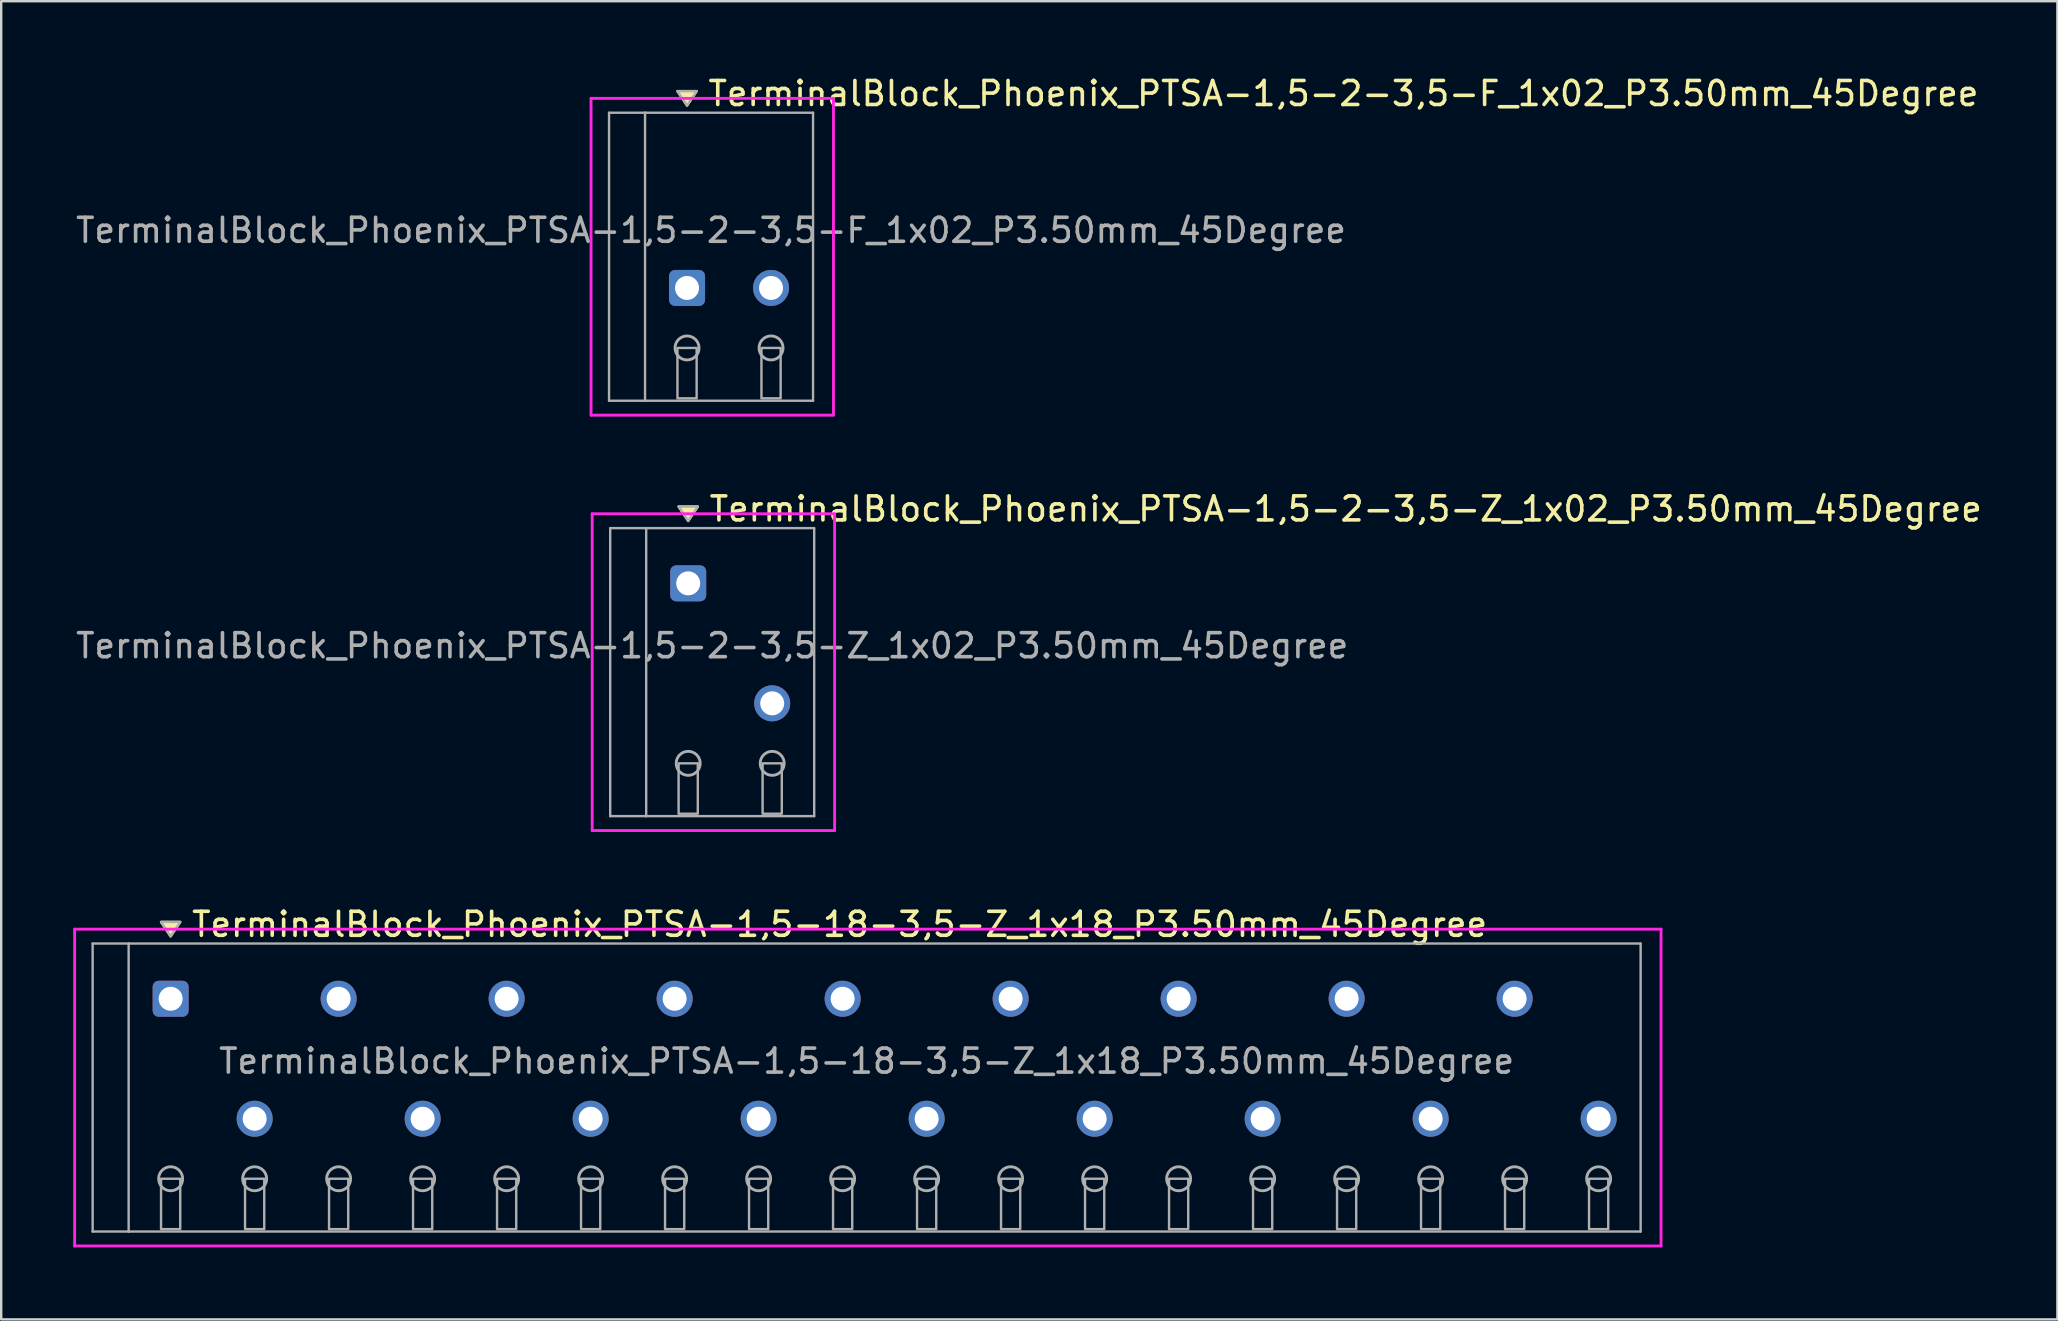
<source format=kicad_pcb>
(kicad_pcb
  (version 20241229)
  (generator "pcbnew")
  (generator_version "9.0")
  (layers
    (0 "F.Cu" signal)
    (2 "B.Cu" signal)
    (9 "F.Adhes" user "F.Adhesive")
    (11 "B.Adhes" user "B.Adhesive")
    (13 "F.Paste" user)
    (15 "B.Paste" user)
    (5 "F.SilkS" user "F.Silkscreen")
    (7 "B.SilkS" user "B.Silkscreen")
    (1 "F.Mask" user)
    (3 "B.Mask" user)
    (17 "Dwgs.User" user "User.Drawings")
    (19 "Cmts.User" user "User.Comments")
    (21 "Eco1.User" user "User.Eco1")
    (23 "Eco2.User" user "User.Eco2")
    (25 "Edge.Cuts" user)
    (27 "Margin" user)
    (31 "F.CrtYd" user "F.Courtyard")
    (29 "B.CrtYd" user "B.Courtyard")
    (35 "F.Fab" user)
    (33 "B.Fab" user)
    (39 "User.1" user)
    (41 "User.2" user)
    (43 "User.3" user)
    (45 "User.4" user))
  (footprint "TerminalBlock_Phoenix_PTSA-1,5-18-3,5-Z_1x18_P3.50mm_45Degree"
    (layer "F.Cu")
    (at 4.06 43.565)
    (property "Reference" "TerminalBlock_Phoenix_PTSA-1,5-18-3,5-Z_1x18_P3.50mm_45Degree" (at 0.8 -8.1 0) (layer "F.SilkS") (effects (font (size 1 1) (thickness 0.15)) (justify left)))
    (attr through_hole)
    (fp_poly (pts (xy 0 -7.6) (xy -0.4 -8.2) (xy 0.4 -8.2)) (stroke (width 0.1) (type solid)) (fill yes) (layer "F.SilkS"))
    (fp_line (start -4 -7.9) (end 62.1 -7.9) (stroke (width 0.12) (type solid)) (layer "F.CrtYd"))
    (fp_line (start -4 5.3) (end -4 -7.9) (stroke (width 0.12) (type solid)) (layer "F.CrtYd"))
    (fp_line (start 62.1 -7.9) (end 62.1 5.3) (stroke (width 0.12) (type solid)) (layer "F.CrtYd"))
    (fp_line (start 62.1 5.3) (end -4 5.3) (stroke (width 0.12) (type solid)) (layer "F.CrtYd"))
    (fp_line (start -3.25 -7.3) (end -1.75 -7.3) (stroke (width 0.1) (type solid)) (layer "F.Fab"))
    (fp_line (start -3.25 4.7) (end -3.25 -7.3) (stroke (width 0.1) (type solid)) (layer "F.Fab"))
    (fp_line (start -1.75 -7.3) (end -1.75 4.7) (stroke (width 0.1) (type solid)) (layer "F.Fab"))
    (fp_line (start -1.75 4.7) (end -3.25 4.7) (stroke (width 0.1) (type solid)) (layer "F.Fab"))
    (fp_line (start -1.75 4.7) (end 61.25 4.7) (stroke (width 0.1) (type solid)) (layer "F.Fab"))
    (fp_line (start 61.25 -7.3) (end -1.75 -7.3) (stroke (width 0.1) (type solid)) (layer "F.Fab"))
    (fp_line (start 61.25 4.7) (end 61.25 -7.3) (stroke (width 0.1) (type solid)) (layer "F.Fab"))
    (fp_circle (center 0 2.5) (end -0.5 2.5) (stroke (width 0.12) (type solid)) (fill no) (layer "F.Fab"))
    (fp_circle (center 3.5 2.5) (end 3 2.5) (stroke (width 0.12) (type solid)) (fill no) (layer "F.Fab"))
    (fp_circle (center 7 2.5) (end 6.5 2.5) (stroke (width 0.12) (type solid)) (fill no) (layer "F.Fab"))
    (fp_circle (center 10.5 2.5) (end 10 2.5) (stroke (width 0.12) (type solid)) (fill no) (layer "F.Fab"))
    (fp_circle (center 14 2.5) (end 13.5 2.5) (stroke (width 0.12) (type solid)) (fill no) (layer "F.Fab"))
    (fp_circle (center 17.5 2.5) (end 17 2.5) (stroke (width 0.12) (type solid)) (fill no) (layer "F.Fab"))
    (fp_circle (center 21 2.5) (end 20.5 2.5) (stroke (width 0.12) (type solid)) (fill no) (layer "F.Fab"))
    (fp_circle (center 24.5 2.5) (end 24 2.5) (stroke (width 0.12) (type solid)) (fill no) (layer "F.Fab"))
    (fp_circle (center 28 2.5) (end 27.5 2.5) (stroke (width 0.12) (type solid)) (fill no) (layer "F.Fab"))
    (fp_circle (center 31.5 2.5) (end 31 2.5) (stroke (width 0.12) (type solid)) (fill no) (layer "F.Fab"))
    (fp_circle (center 35 2.5) (end 34.5 2.5) (stroke (width 0.12) (type solid)) (fill no) (layer "F.Fab"))
    (fp_circle (center 38.5 2.5) (end 38 2.5) (stroke (width 0.12) (type solid)) (fill no) (layer "F.Fab"))
    (fp_circle (center 42 2.5) (end 41.5 2.5) (stroke (width 0.12) (type solid)) (fill no) (layer "F.Fab"))
    (fp_circle (center 45.5 2.5) (end 45 2.5) (stroke (width 0.12) (type solid)) (fill no) (layer "F.Fab"))
    (fp_circle (center 49 2.5) (end 48.5 2.5) (stroke (width 0.12) (type solid)) (fill no) (layer "F.Fab"))
    (fp_circle (center 52.5 2.5) (end 52 2.5) (stroke (width 0.12) (type solid)) (fill no) (layer "F.Fab"))
    (fp_circle (center 56 2.5) (end 55.5 2.5) (stroke (width 0.12) (type solid)) (fill no) (layer "F.Fab"))
    (fp_circle (center 59.5 2.5) (end 59 2.5) (stroke (width 0.12) (type solid)) (fill no) (layer "F.Fab"))
    (fp_poly (pts (xy 0 -7.6) (xy -0.4 -8.2) (xy 0.4 -8.2)) (stroke (width 0.1) (type solid)) (fill no) (layer "F.Fab"))
    (fp_poly (pts (xy -0.4 2.5) (xy -0.4 4.6) (xy 0.4 4.6) (xy 0.4 2.5)) (stroke (width 0.1) (type solid)) (fill no) (layer "F.Fab"))
    (fp_poly (pts (xy 3.1 2.5) (xy 3.1 4.6) (xy 3.9 4.6) (xy 3.9 2.5)) (stroke (width 0.1) (type solid)) (fill no) (layer "F.Fab"))
    (fp_poly (pts (xy 6.6 2.5) (xy 6.6 4.6) (xy 7.4 4.6) (xy 7.4 2.5)) (stroke (width 0.1) (type solid)) (fill no) (layer "F.Fab"))
    (fp_poly (pts (xy 10.1 2.5) (xy 10.1 4.6) (xy 10.9 4.6) (xy 10.9 2.5)) (stroke (width 0.1) (type solid)) (fill no) (layer "F.Fab"))
    (fp_poly (pts (xy 13.6 2.5) (xy 13.6 4.6) (xy 14.4 4.6) (xy 14.4 2.5)) (stroke (width 0.1) (type solid)) (fill no) (layer "F.Fab"))
    (fp_poly (pts (xy 17.1 2.5) (xy 17.1 4.6) (xy 17.9 4.6) (xy 17.9 2.5)) (stroke (width 0.1) (type solid)) (fill no) (layer "F.Fab"))
    (fp_poly (pts (xy 20.6 2.5) (xy 20.6 4.6) (xy 21.4 4.6) (xy 21.4 2.5)) (stroke (width 0.1) (type solid)) (fill no) (layer "F.Fab"))
    (fp_poly (pts (xy 24.1 2.5) (xy 24.1 4.6) (xy 24.9 4.6) (xy 24.9 2.5)) (stroke (width 0.1) (type solid)) (fill no) (layer "F.Fab"))
    (fp_poly (pts (xy 27.6 2.5) (xy 27.6 4.6) (xy 28.4 4.6) (xy 28.4 2.5)) (stroke (width 0.1) (type solid)) (fill no) (layer "F.Fab"))
    (fp_poly (pts (xy 31.1 2.5) (xy 31.1 4.6) (xy 31.9 4.6) (xy 31.9 2.5)) (stroke (width 0.1) (type solid)) (fill no) (layer "F.Fab"))
    (fp_poly (pts (xy 34.6 2.5) (xy 34.6 4.6) (xy 35.4 4.6) (xy 35.4 2.5)) (stroke (width 0.1) (type solid)) (fill no) (layer "F.Fab"))
    (fp_poly (pts (xy 38.1 2.5) (xy 38.1 4.6) (xy 38.9 4.6) (xy 38.9 2.5)) (stroke (width 0.1) (type solid)) (fill no) (layer "F.Fab"))
    (fp_poly (pts (xy 41.6 2.5) (xy 41.6 4.6) (xy 42.4 4.6) (xy 42.4 2.5)) (stroke (width 0.1) (type solid)) (fill no) (layer "F.Fab"))
    (fp_poly (pts (xy 45.1 2.5) (xy 45.1 4.6) (xy 45.9 4.6) (xy 45.9 2.5)) (stroke (width 0.1) (type solid)) (fill no) (layer "F.Fab"))
    (fp_poly (pts (xy 48.6 2.5) (xy 48.6 4.6) (xy 49.4 4.6) (xy 49.4 2.5)) (stroke (width 0.1) (type solid)) (fill no) (layer "F.Fab"))
    (fp_poly (pts (xy 52.1 2.5) (xy 52.1 4.6) (xy 52.9 4.6) (xy 52.9 2.5)) (stroke (width 0.1) (type solid)) (fill no) (layer "F.Fab"))
    (fp_poly (pts (xy 55.6 2.5) (xy 55.6 4.6) (xy 56.4 4.6) (xy 56.4 2.5)) (stroke (width 0.1) (type solid)) (fill no) (layer "F.Fab"))
    (fp_poly (pts (xy 59.1 2.5) (xy 59.1 4.6) (xy 59.9 4.6) (xy 59.9 2.5)) (stroke (width 0.1) (type solid)) (fill no) (layer "F.Fab"))
    (fp_text user "${REFERENCE}" (at 29 -2.4 0) (layer "F.Fab") (effects (font (size 1 1) (thickness 0.15))))
    (pad "1" thru_hole roundrect (at 0 -5) (size 1.5 1.5) (drill 1) (layers "*.Cu" "*.Mask") (roundrect_rratio 0.167))
    (pad "2" thru_hole oval (at 3.5 0) (size 1.5 1.5) (drill 1) (layers "*.Cu" "*.Mask"))
    (pad "3" thru_hole oval (at 7 -5) (size 1.5 1.5) (drill 1) (layers "*.Cu" "*.Mask"))
    (pad "4" thru_hole oval (at 10.5 0) (size 1.5 1.5) (drill 1) (layers "*.Cu" "*.Mask"))
    (pad "5" thru_hole oval (at 14 -5) (size 1.5 1.5) (drill 1) (layers "*.Cu" "*.Mask"))
    (pad "6" thru_hole oval (at 17.5 0) (size 1.5 1.5) (drill 1) (layers "*.Cu" "*.Mask"))
    (pad "7" thru_hole oval (at 21 -5) (size 1.5 1.5) (drill 1) (layers "*.Cu" "*.Mask"))
    (pad "8" thru_hole oval (at 24.5 0) (size 1.5 1.5) (drill 1) (layers "*.Cu" "*.Mask"))
    (pad "9" thru_hole oval (at 28 -5) (size 1.5 1.5) (drill 1) (layers "*.Cu" "*.Mask"))
    (pad "10" thru_hole oval (at 31.5 0) (size 1.5 1.5) (drill 1) (layers "*.Cu" "*.Mask"))
    (pad "11" thru_hole oval (at 35 -5) (size 1.5 1.5) (drill 1) (layers "*.Cu" "*.Mask"))
    (pad "12" thru_hole oval (at 38.5 0) (size 1.5 1.5) (drill 1) (layers "*.Cu" "*.Mask"))
    (pad "13" thru_hole oval (at 42 -5) (size 1.5 1.5) (drill 1) (layers "*.Cu" "*.Mask"))
    (pad "14" thru_hole oval (at 45.5 0) (size 1.5 1.5) (drill 1) (layers "*.Cu" "*.Mask"))
    (pad "15" thru_hole oval (at 49 -5) (size 1.5 1.5) (drill 1) (layers "*.Cu" "*.Mask"))
    (pad "16" thru_hole oval (at 52.5 0) (size 1.5 1.5) (drill 1) (layers "*.Cu" "*.Mask"))
    (pad "17" thru_hole oval (at 56 -5) (size 1.5 1.5) (drill 1) (layers "*.Cu" "*.Mask"))
    (pad "18" thru_hole oval (at 59.5 0) (size 1.5 1.5) (drill 1) (layers "*.Cu" "*.Mask")))
  (footprint "TerminalBlock_Phoenix_PTSA-1,5-2-3,5-F_1x02_P3.50mm_45Degree"
    (layer "F.Cu")
    (at 25.577 8.948)
    (property "Reference" "TerminalBlock_Phoenix_PTSA-1,5-2-3,5-F_1x02_P3.50mm_45Degree" (at 0.8 -8.1 0) (layer "F.SilkS") (effects (font (size 1 1) (thickness 0.15)) (justify left)))
    (attr through_hole)
    (fp_poly (pts (xy 0 -7.6) (xy -0.4 -8.2) (xy 0.4 -8.2)) (stroke (width 0.1) (type solid)) (fill yes) (layer "F.SilkS"))
    (fp_line (start -4 -7.9) (end 6.1 -7.9) (stroke (width 0.12) (type solid)) (layer "F.CrtYd"))
    (fp_line (start -4 5.3) (end -4 -7.9) (stroke (width 0.12) (type solid)) (layer "F.CrtYd"))
    (fp_line (start 6.1 -7.9) (end 6.1 5.3) (stroke (width 0.12) (type solid)) (layer "F.CrtYd"))
    (fp_line (start 6.1 5.3) (end -4 5.3) (stroke (width 0.12) (type solid)) (layer "F.CrtYd"))
    (fp_line (start -3.25 -7.3) (end -1.75 -7.3) (stroke (width 0.1) (type solid)) (layer "F.Fab"))
    (fp_line (start -3.25 4.7) (end -3.25 -7.3) (stroke (width 0.1) (type solid)) (layer "F.Fab"))
    (fp_line (start -1.75 -7.3) (end -1.75 4.7) (stroke (width 0.1) (type solid)) (layer "F.Fab"))
    (fp_line (start -1.75 4.7) (end -3.25 4.7) (stroke (width 0.1) (type solid)) (layer "F.Fab"))
    (fp_line (start -1.75 4.7) (end 5.25 4.7) (stroke (width 0.1) (type solid)) (layer "F.Fab"))
    (fp_line (start 5.25 -7.3) (end -1.75 -7.3) (stroke (width 0.1) (type solid)) (layer "F.Fab"))
    (fp_line (start 5.25 4.7) (end 5.25 -7.3) (stroke (width 0.1) (type solid)) (layer "F.Fab"))
    (fp_circle (center 0 2.5) (end -0.5 2.5) (stroke (width 0.12) (type solid)) (fill no) (layer "F.Fab"))
    (fp_circle (center 3.5 2.5) (end 3 2.5) (stroke (width 0.12) (type solid)) (fill no) (layer "F.Fab"))
    (fp_poly (pts (xy 0 -7.6) (xy -0.4 -8.2) (xy 0.4 -8.2)) (stroke (width 0.1) (type solid)) (fill no) (layer "F.Fab"))
    (fp_poly (pts (xy -0.4 2.5) (xy -0.4 4.6) (xy 0.4 4.6) (xy 0.4 2.5)) (stroke (width 0.1) (type solid)) (fill no) (layer "F.Fab"))
    (fp_poly (pts (xy 3.1 2.5) (xy 3.1 4.6) (xy 3.9 4.6) (xy 3.9 2.5)) (stroke (width 0.1) (type solid)) (fill no) (layer "F.Fab"))
    (fp_text user "${REFERENCE}" (at 1 -2.4 0) (layer "F.Fab") (effects (font (size 1 1) (thickness 0.15))))
    (pad "1" thru_hole roundrect (at 0 0) (size 1.5 1.5) (drill 1) (layers "*.Cu" "*.Mask") (roundrect_rratio 0.167))
    (pad "2" thru_hole oval (at 3.5 0) (size 1.5 1.5) (drill 1) (layers "*.Cu" "*.Mask")))
  (footprint "TerminalBlock_Phoenix_PTSA-1,5-2-3,5-Z_1x02_P3.50mm_45Degree"
    (layer "F.Cu")
    (at 25.625 26.256)
    (property "Reference" "TerminalBlock_Phoenix_PTSA-1,5-2-3,5-Z_1x02_P3.50mm_45Degree" (at 0.8 -8.1 0) (layer "F.SilkS") (effects (font (size 1 1) (thickness 0.15)) (justify left)))
    (attr through_hole)
    (fp_poly (pts (xy 0 -7.6) (xy -0.4 -8.2) (xy 0.4 -8.2)) (stroke (width 0.1) (type solid)) (fill yes) (layer "F.SilkS"))
    (fp_line (start -4 -7.9) (end 6.1 -7.9) (stroke (width 0.12) (type solid)) (layer "F.CrtYd"))
    (fp_line (start -4 5.3) (end -4 -7.9) (stroke (width 0.12) (type solid)) (layer "F.CrtYd"))
    (fp_line (start 6.1 -7.9) (end 6.1 5.3) (stroke (width 0.12) (type solid)) (layer "F.CrtYd"))
    (fp_line (start 6.1 5.3) (end -4 5.3) (stroke (width 0.12) (type solid)) (layer "F.CrtYd"))
    (fp_line (start -3.25 -7.3) (end -1.75 -7.3) (stroke (width 0.1) (type solid)) (layer "F.Fab"))
    (fp_line (start -3.25 4.7) (end -3.25 -7.3) (stroke (width 0.1) (type solid)) (layer "F.Fab"))
    (fp_line (start -1.75 -7.3) (end -1.75 4.7) (stroke (width 0.1) (type solid)) (layer "F.Fab"))
    (fp_line (start -1.75 4.7) (end -3.25 4.7) (stroke (width 0.1) (type solid)) (layer "F.Fab"))
    (fp_line (start -1.75 4.7) (end 5.25 4.7) (stroke (width 0.1) (type solid)) (layer "F.Fab"))
    (fp_line (start 5.25 -7.3) (end -1.75 -7.3) (stroke (width 0.1) (type solid)) (layer "F.Fab"))
    (fp_line (start 5.25 4.7) (end 5.25 -7.3) (stroke (width 0.1) (type solid)) (layer "F.Fab"))
    (fp_circle (center 0 2.5) (end -0.5 2.5) (stroke (width 0.12) (type solid)) (fill no) (layer "F.Fab"))
    (fp_circle (center 3.5 2.5) (end 3 2.5) (stroke (width 0.12) (type solid)) (fill no) (layer "F.Fab"))
    (fp_poly (pts (xy 0 -7.6) (xy -0.4 -8.2) (xy 0.4 -8.2)) (stroke (width 0.1) (type solid)) (fill no) (layer "F.Fab"))
    (fp_poly (pts (xy -0.4 2.5) (xy -0.4 4.6) (xy 0.4 4.6) (xy 0.4 2.5)) (stroke (width 0.1) (type solid)) (fill no) (layer "F.Fab"))
    (fp_poly (pts (xy 3.1 2.5) (xy 3.1 4.6) (xy 3.9 4.6) (xy 3.9 2.5)) (stroke (width 0.1) (type solid)) (fill no) (layer "F.Fab"))
    (fp_text user "${REFERENCE}" (at 1 -2.4 0) (layer "F.Fab") (effects (font (size 1 1) (thickness 0.15))))
    (pad "1" thru_hole roundrect (at 0 -5) (size 1.5 1.5) (drill 1) (layers "*.Cu" "*.Mask") (roundrect_rratio 0.167))
    (pad "2" thru_hole oval (at 3.5 0) (size 1.5 1.5) (drill 1) (layers "*.Cu" "*.Mask")))
  (gr_rect
    (start -3 -3)
    (end 82.675 51.925)
    (stroke (width 0.1) (type default))
    (fill no)
    (layer "Edge.Cuts")))
</source>
